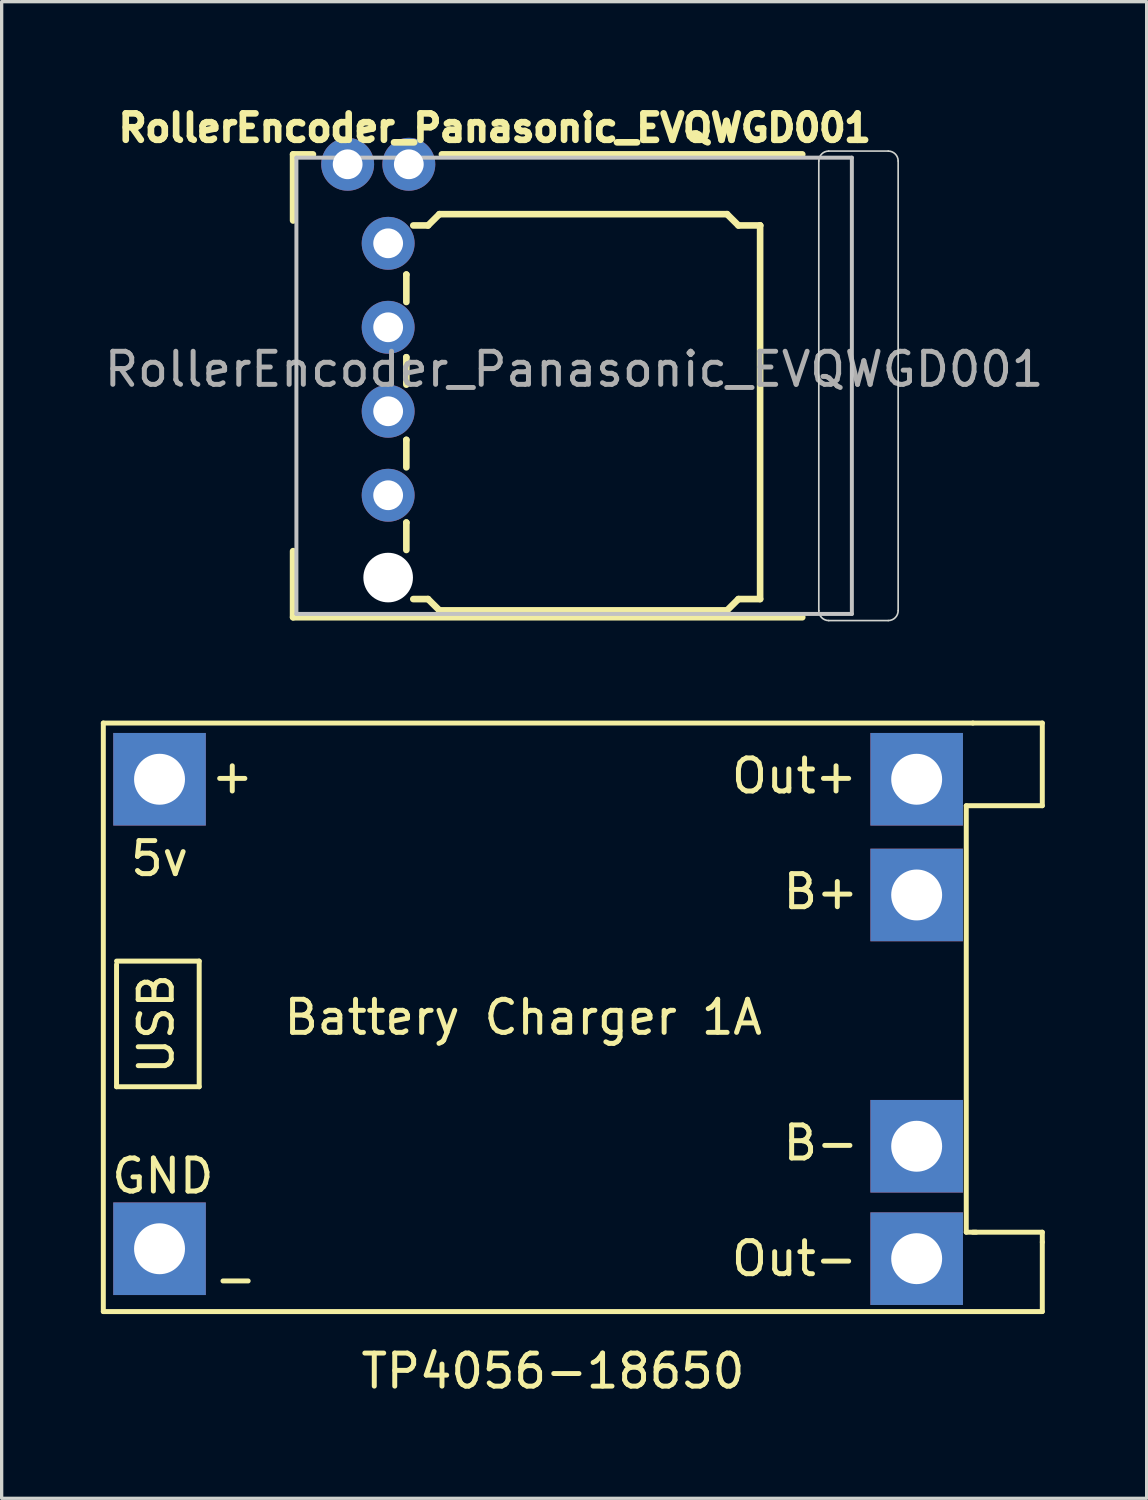
<source format=kicad_pcb>
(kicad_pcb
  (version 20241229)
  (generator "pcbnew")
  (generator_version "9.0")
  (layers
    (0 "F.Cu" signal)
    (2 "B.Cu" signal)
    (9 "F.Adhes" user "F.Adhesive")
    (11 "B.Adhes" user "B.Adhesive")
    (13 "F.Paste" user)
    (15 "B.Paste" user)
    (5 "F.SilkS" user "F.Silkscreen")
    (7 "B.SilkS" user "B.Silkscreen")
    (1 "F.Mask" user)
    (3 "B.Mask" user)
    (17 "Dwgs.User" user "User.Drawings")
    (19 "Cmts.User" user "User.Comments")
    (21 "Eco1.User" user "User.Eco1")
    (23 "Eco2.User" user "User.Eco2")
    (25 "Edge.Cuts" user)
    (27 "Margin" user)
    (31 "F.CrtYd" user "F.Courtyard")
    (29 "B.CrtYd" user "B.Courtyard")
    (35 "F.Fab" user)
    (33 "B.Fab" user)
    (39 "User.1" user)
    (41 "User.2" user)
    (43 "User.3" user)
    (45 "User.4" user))
  (footprint "RollerEncoder_Panasonic_EVQWGD001"
    (layer "F.Cu")
    (at 14.59 9.419)
    (property "Reference" "RollerEncoder_Panasonic_EVQWGD001" (at -0.275 -1.3 0) (layer "F.Fab") (effects (font (size 1 1) (thickness 0.15))))
    (attr through_hole)
    (fp_line (start -8.775 -7.8) (end -8.775 -5.8) (stroke (width 0.2) (type solid)) (layer "F.SilkS"))
    (fp_line (start -8.775 4.2) (end -8.775 6.2) (stroke (width 0.2) (type solid)) (layer "F.SilkS"))
    (fp_line (start -8.775 6.2) (end 6.625 6.2) (stroke (width 0.2) (type solid)) (layer "F.SilkS"))
    (fp_line (start -8.175 -7.8) (end -8.775 -7.8) (stroke (width 0.2) (type solid)) (layer "F.SilkS"))
    (fp_line (start -5.35 -4.165) (end -5.35 -4.165) (stroke (width 0.2) (type solid)) (layer "F.SilkS"))
    (fp_line (start -5.35 -4.165) (end -5.35 -3.335) (stroke (width 0.2) (type solid)) (layer "F.SilkS"))
    (fp_line (start -5.35 -1.665) (end -5.35 -1.665) (stroke (width 0.2) (type solid)) (layer "F.SilkS"))
    (fp_line (start -5.35 -1.665) (end -5.35 -0.835) (stroke (width 0.2) (type solid)) (layer "F.SilkS"))
    (fp_line (start -5.35 0.835) (end -5.35 0.835) (stroke (width 0.2) (type solid)) (layer "F.SilkS"))
    (fp_line (start -5.35 0.835) (end -5.35 1.665) (stroke (width 0.2) (type solid)) (layer "F.SilkS"))
    (fp_line (start -5.35 3.335) (end -5.35 3.335) (stroke (width 0.2) (type solid)) (layer "F.SilkS"))
    (fp_line (start -5.35 3.335) (end -5.35 4.165) (stroke (width 0.2) (type solid)) (layer "F.SilkS"))
    (fp_line (start -5.14 5.65) (end -4.694 5.65) (stroke (width 0.2) (type solid)) (layer "F.SilkS"))
    (fp_line (start -4.694 -5.65) (end -5.14 -5.65) (stroke (width 0.2) (type solid)) (layer "F.SilkS"))
    (fp_line (start -4.694 5.65) (end -4.35 5.992) (stroke (width 0.2) (type solid)) (layer "F.SilkS"))
    (fp_line (start -4.35 -5.992) (end -4.694 -5.65) (stroke (width 0.2) (type solid)) (layer "F.SilkS"))
    (fp_line (start -4.35 5.992) (end 4.35 5.992) (stroke (width 0.2) (type solid)) (layer "F.SilkS"))
    (fp_line (start 4.35 -5.992) (end -4.35 -5.992) (stroke (width 0.2) (type solid)) (layer "F.SilkS"))
    (fp_line (start 4.35 5.992) (end 4.694 5.65) (stroke (width 0.2) (type solid)) (layer "F.SilkS"))
    (fp_line (start 4.694 -5.65) (end 4.35 -5.992) (stroke (width 0.2) (type solid)) (layer "F.SilkS"))
    (fp_line (start 4.694 5.65) (end 5.35 5.65) (stroke (width 0.2) (type solid)) (layer "F.SilkS"))
    (fp_line (start 5.35 -5.65) (end 4.694 -5.65) (stroke (width 0.2) (type solid)) (layer "F.SilkS"))
    (fp_line (start 5.35 -5.65) (end 5.35 -5.65) (stroke (width 0.2) (type solid)) (layer "F.SilkS"))
    (fp_line (start 5.35 -5.65) (end 5.35 5.65) (stroke (width 0.2) (type solid)) (layer "F.SilkS"))
    (fp_line (start 6.625 -7.8) (end -4.275 -7.8) (stroke (width 0.2) (type solid)) (layer "F.SilkS"))
    (fp_line (start -8.675 -7.7) (end 8.125 -7.7) (stroke (width 0.12) (type solid)) (layer "Dwgs.User"))
    (fp_line (start -8.675 6.1) (end -8.675 -7.7) (stroke (width 0.12) (type solid)) (layer "Dwgs.User"))
    (fp_line (start 8.125 -7.7) (end 8.125 6.1) (stroke (width 0.12) (type solid)) (layer "Dwgs.User"))
    (fp_line (start 8.125 6.1) (end -8.675 6.1) (stroke (width 0.12) (type solid)) (layer "Dwgs.User"))
    (fp_line (start 7.125 -7.6) (end 7.125 6) (stroke (width 0.05) (type solid)) (layer "Edge.Cuts"))
    (fp_line (start 7.425 6.3) (end 9.225 6.3) (stroke (width 0.05) (type solid)) (layer "Edge.Cuts"))
    (fp_line (start 9.225 -7.9) (end 7.425 -7.9) (stroke (width 0.05) (type solid)) (layer "Edge.Cuts"))
    (fp_line (start 9.525 6) (end 9.525 -7.6) (stroke (width 0.05) (type solid)) (layer "Edge.Cuts"))
    (fp_arc (start 7.125 -7.599756) (mid 7.212868 -7.811888) (end 7.425 -7.899756) (stroke (width 0.05) (type solid)) (layer "Edge.Cuts"))
    (fp_arc (start 7.425 6.300244) (mid 7.212868 6.212376) (end 7.125 6.000244) (stroke (width 0.05) (type solid)) (layer "Edge.Cuts"))
    (fp_arc (start 9.225 -7.899756) (mid 9.437132 -7.811888) (end 9.525 -7.599756) (stroke (width 0.05) (type solid)) (layer "Edge.Cuts"))
    (fp_arc (start 9.525 6.000244) (mid 9.437132 6.212376) (end 9.225 6.300244) (stroke (width 0.05) (type solid)) (layer "Edge.Cuts"))
    (fp_text user "${REFERENCE}" (at -2.675 -8.6 0) (layer "F.SilkS") (effects (font (size 0.8 0.8) (thickness 0.2))))
    (pad "" np_thru_hole circle (at -5.9 5) (size 1.5 1.5) (drill 1.5) (layers "*.Cu" "*.Mask"))
    (pad "A" thru_hole circle (at -5.9 -5.11) (size 1.6 1.6) (drill 0.9) (layers "*.Cu" "*.Mask"))
    (pad "B" thru_hole circle (at -5.9 -2.57) (size 1.6 1.6) (drill 0.9) (layers "*.Cu" "*.Mask"))
    (pad "C" thru_hole circle (at -5.9 -0.03) (size 1.6 1.6) (drill 0.9) (layers "*.Cu" "*.Mask"))
    (pad "D" thru_hole circle (at -5.9 2.51) (size 1.6 1.6) (drill 0.9) (layers "*.Cu" "*.Mask"))
    (pad "S1" thru_hole circle (at -7.125 -7.5) (size 1.6 1.6) (drill 0.9) (layers "*.Cu" "*.Mask"))
    (pad "S2" thru_hole circle (at -5.275 -7.5) (size 1.6 1.6) (drill 0.9) (layers "*.Cu" "*.Mask")))
  (footprint "TP4056-18650"
    (layer "F.Cu")
    (at 14.275 27.719)
    (property "Reference" "TP4056-18650" (at -0.6 10.7 0) (layer "F.SilkS") (effects (font (size 1 1) (thickness 0.15))))
    (attr through_hole)
    (fp_line (start -14.2 -8.9) (end 12.1 -8.9) (stroke (width 0.15) (type solid)) (layer "F.SilkS"))
    (fp_line (start -14.2 8.9) (end -14.2 -8.9) (stroke (width 0.15) (type solid)) (layer "F.SilkS"))
    (fp_line (start -13.8 -1.7) (end -11.3 -1.7) (stroke (width 0.15) (type solid)) (layer "F.SilkS"))
    (fp_line (start -13.8 2.1) (end -13.8 -1.6) (stroke (width 0.15) (type solid)) (layer "F.SilkS"))
    (fp_line (start -11.3 -1.7) (end -11.3 2.1) (stroke (width 0.15) (type solid)) (layer "F.SilkS"))
    (fp_line (start -11.3 2.1) (end -13.8 2.1) (stroke (width 0.15) (type solid)) (layer "F.SilkS"))
    (fp_line (start 11.9 -6.4) (end 11.9 6.5) (stroke (width 0.15) (type solid)) (layer "F.SilkS"))
    (fp_line (start 11.9 6.5) (end 12.2 6.5) (stroke (width 0.15) (type solid)) (layer "F.SilkS"))
    (fp_line (start 12.1 -8.9) (end 14.2 -8.9) (stroke (width 0.15) (type solid)) (layer "F.SilkS"))
    (fp_line (start 12.1 6.5) (end 14.2 6.5) (stroke (width 0.15) (type solid)) (layer "F.SilkS"))
    (fp_line (start 14.2 -8.9) (end 14.2 -6.4) (stroke (width 0.15) (type solid)) (layer "F.SilkS"))
    (fp_line (start 14.2 -6.4) (end 11.9 -6.4) (stroke (width 0.15) (type solid)) (layer "F.SilkS"))
    (fp_line (start 14.2 6.5) (end 14.2 6.8) (stroke (width 0.15) (type solid)) (layer "F.SilkS"))
    (fp_line (start 14.2 6.8) (end 14.2 8.9) (stroke (width 0.15) (type solid)) (layer "F.SilkS"))
    (fp_line (start 14.2 8.9) (end -14.2 8.9) (stroke (width 0.15) (type solid)) (layer "F.SilkS"))
    (fp_text user "Out+" (at 6.7 -7.3 0) (layer "F.SilkS") (effects (font (size 1 1) (thickness 0.15))))
    (fp_text user "USB" (at -12.6 0.2 90) (layer "F.SilkS") (effects (font (size 1 1) (thickness 0.15))))
    (fp_text user "B+" (at 7.5 -3.8 0) (layer "F.SilkS") (effects (font (size 1 1) (thickness 0.15))))
    (fp_text user "+" (at -10.3 -7.3 0) (layer "F.SilkS") (effects (font (size 1 1) (thickness 0.15))))
    (fp_text user "Out-" (at 6.7 7.3 0) (layer "F.SilkS") (effects (font (size 1 1) (thickness 0.15))))
    (fp_text user "GND" (at -12.4 4.8 0) (layer "F.SilkS") (effects (font (size 1 1) (thickness 0.15))))
    (fp_text user "5v" (at -12.5 -4.8 0) (layer "F.SilkS") (effects (font (size 1 1) (thickness 0.15))))
    (fp_text user "Battery Charger 1A" (at -1.5 0 0) (layer "F.SilkS") (effects (font (size 1 1) (thickness 0.15))))
    (fp_text user "B-" (at 7.5 3.8 0) (layer "F.SilkS") (effects (font (size 1 1) (thickness 0.15))))
    (fp_text user "-" (at -10.2 7.9 0) (layer "F.SilkS") (effects (font (size 1 1) (thickness 0.15))))
    (pad "1" thru_hole rect (at -12.5 -7.2) (size 2.8 2.8) (drill 1.54) (layers "*.Cu" "*.Mask"))
    (pad "2" thru_hole rect (at -12.5 7) (size 2.8 2.8) (drill 1.54) (layers "*.Cu" "*.Mask"))
    (pad "3" thru_hole rect (at 10.4 -7.2) (size 2.8 2.8) (drill 1.54) (layers "*.Cu" "*.Mask"))
    (pad "4" thru_hole rect (at 10.4 7.3) (size 2.8 2.8) (drill 1.54) (layers "*.Cu" "*.Mask"))
    (pad "5" thru_hole rect (at 10.4 -3.7) (size 2.8 2.8) (drill 1.54) (layers "*.Cu" "*.Mask"))
    (pad "6" thru_hole rect (at 10.4 3.9) (size 2.8 2.8) (drill 1.54) (layers "*.Cu" "*.Mask")))
  (gr_rect
    (start -3 -3)
    (end 31.631 42.267)
    (stroke (width 0.1) (type default))
    (fill no)
    (layer "Edge.Cuts")))
</source>
